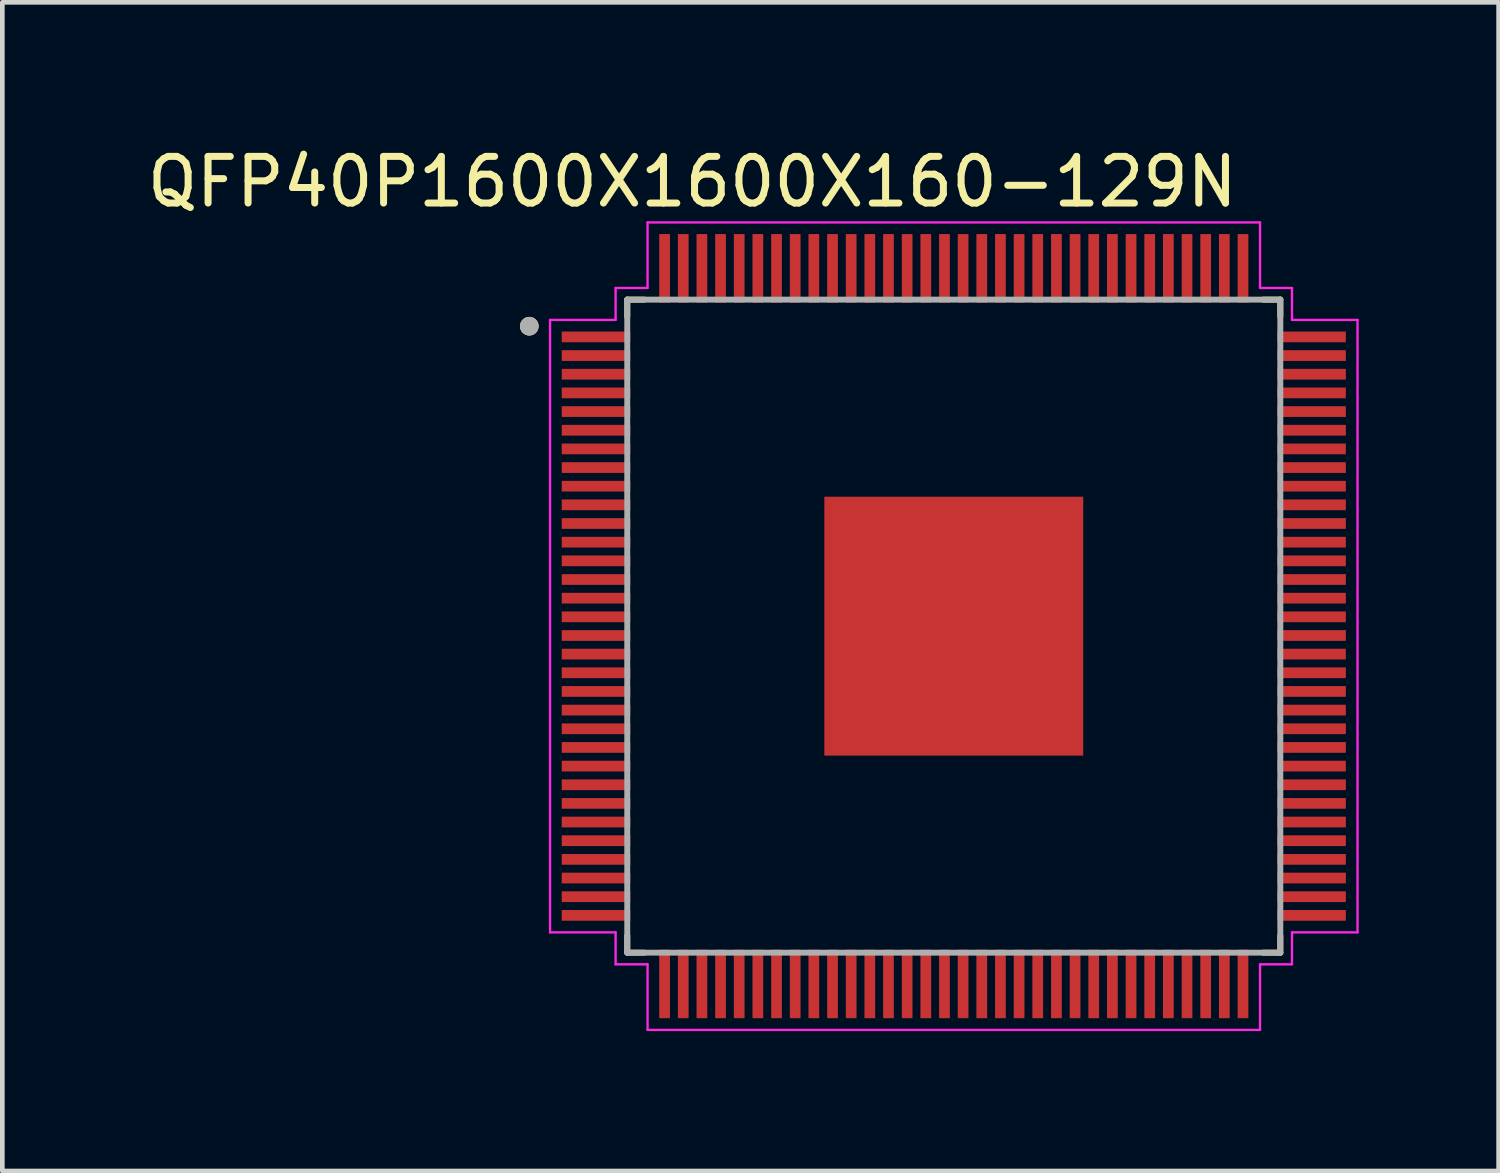
<source format=kicad_pcb>
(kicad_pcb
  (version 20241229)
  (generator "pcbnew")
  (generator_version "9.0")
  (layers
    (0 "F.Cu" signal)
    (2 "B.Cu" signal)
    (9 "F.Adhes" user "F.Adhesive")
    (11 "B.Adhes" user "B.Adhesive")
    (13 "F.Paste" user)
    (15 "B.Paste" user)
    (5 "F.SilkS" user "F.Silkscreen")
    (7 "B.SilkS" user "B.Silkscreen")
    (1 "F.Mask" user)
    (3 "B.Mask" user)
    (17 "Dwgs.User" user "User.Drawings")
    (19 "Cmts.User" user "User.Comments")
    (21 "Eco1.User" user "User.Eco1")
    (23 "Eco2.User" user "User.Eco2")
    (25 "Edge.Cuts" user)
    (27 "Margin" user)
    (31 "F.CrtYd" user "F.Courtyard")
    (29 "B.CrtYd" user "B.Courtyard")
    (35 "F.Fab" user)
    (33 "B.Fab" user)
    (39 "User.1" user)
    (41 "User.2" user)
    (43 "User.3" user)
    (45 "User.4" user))
  (footprint "QFP40P1600X1600X160-129N"
    (layer "F.Cu")
    (at 17.397 10.373)
    (property "Reference" "QFP40P1600X1600X160-129N" (at -5.605 -9.525 0) (layer "F.SilkS") (effects (font (size 1 1) (thickness 0.15))))
    (attr smd)
    (fp_line (start -7 -7) (end -7 -6.635) (stroke (width 0.127) (type solid)) (layer "F.SilkS"))
    (fp_line (start -7 -7) (end -6.635 -7) (stroke (width 0.127) (type solid)) (layer "F.SilkS"))
    (fp_line (start -7 7) (end -7 6.635) (stroke (width 0.127) (type solid)) (layer "F.SilkS"))
    (fp_line (start -7 7) (end -6.635 7) (stroke (width 0.127) (type solid)) (layer "F.SilkS"))
    (fp_line (start 7 -7) (end 6.635 -7) (stroke (width 0.127) (type solid)) (layer "F.SilkS"))
    (fp_line (start 7 -7) (end 7 -6.635) (stroke (width 0.127) (type solid)) (layer "F.SilkS"))
    (fp_line (start 7 7) (end 6.635 7) (stroke (width 0.127) (type solid)) (layer "F.SilkS"))
    (fp_line (start 7 7) (end 7 6.635) (stroke (width 0.127) (type solid)) (layer "F.SilkS"))
    (fp_circle (center -9.1 -6.43) (end -9 -6.43) (stroke (width 0.2) (type solid)) (fill no) (layer "F.SilkS"))
    (fp_poly (pts (xy -2.505 -2.505) (xy -1.195 -2.505) (xy -1.195 -1.195) (xy -2.505 -1.195)) (stroke (width 0.01) (type solid)) (fill yes) (layer "F.Paste"))
    (fp_poly (pts (xy -2.505 -0.655) (xy -1.195 -0.655) (xy -1.195 0.655) (xy -2.505 0.655)) (stroke (width 0.01) (type solid)) (fill yes) (layer "F.Paste"))
    (fp_poly (pts (xy -2.505 1.195) (xy -1.195 1.195) (xy -1.195 2.505) (xy -2.505 2.505)) (stroke (width 0.01) (type solid)) (fill yes) (layer "F.Paste"))
    (fp_poly (pts (xy -0.655 -2.505) (xy 0.655 -2.505) (xy 0.655 -1.195) (xy -0.655 -1.195)) (stroke (width 0.01) (type solid)) (fill yes) (layer "F.Paste"))
    (fp_poly (pts (xy -0.655 -0.655) (xy 0.655 -0.655) (xy 0.655 0.655) (xy -0.655 0.655)) (stroke (width 0.01) (type solid)) (fill yes) (layer "F.Paste"))
    (fp_poly (pts (xy -0.655 1.195) (xy 0.655 1.195) (xy 0.655 2.505) (xy -0.655 2.505)) (stroke (width 0.01) (type solid)) (fill yes) (layer "F.Paste"))
    (fp_poly (pts (xy 1.195 -2.505) (xy 2.505 -2.505) (xy 2.505 -1.195) (xy 1.195 -1.195)) (stroke (width 0.01) (type solid)) (fill yes) (layer "F.Paste"))
    (fp_poly (pts (xy 1.195 -0.655) (xy 2.505 -0.655) (xy 2.505 0.655) (xy 1.195 0.655)) (stroke (width 0.01) (type solid)) (fill yes) (layer "F.Paste"))
    (fp_poly (pts (xy 1.195 1.195) (xy 2.505 1.195) (xy 2.505 2.505) (xy 1.195 2.505)) (stroke (width 0.01) (type solid)) (fill yes) (layer "F.Paste"))
    (fp_line (start -8.655 -6.565) (end -7.25 -6.565) (stroke (width 0.05) (type solid)) (layer "F.CrtYd"))
    (fp_line (start -8.655 6.565) (end -8.655 -6.565) (stroke (width 0.05) (type solid)) (layer "F.CrtYd"))
    (fp_line (start -8.655 6.565) (end -7.25 6.565) (stroke (width 0.05) (type solid)) (layer "F.CrtYd"))
    (fp_line (start -7.25 -7.25) (end -7.25 -6.565) (stroke (width 0.05) (type solid)) (layer "F.CrtYd"))
    (fp_line (start -7.25 6.565) (end -7.25 7.25) (stroke (width 0.05) (type solid)) (layer "F.CrtYd"))
    (fp_line (start -6.565 -8.655) (end -6.565 -7.25) (stroke (width 0.05) (type solid)) (layer "F.CrtYd"))
    (fp_line (start -6.565 -8.655) (end 6.565 -8.655) (stroke (width 0.05) (type solid)) (layer "F.CrtYd"))
    (fp_line (start -6.565 -7.25) (end -7.25 -7.25) (stroke (width 0.05) (type solid)) (layer "F.CrtYd"))
    (fp_line (start -6.565 7.25) (end -7.25 7.25) (stroke (width 0.05) (type solid)) (layer "F.CrtYd"))
    (fp_line (start -6.565 8.655) (end -6.565 7.25) (stroke (width 0.05) (type solid)) (layer "F.CrtYd"))
    (fp_line (start 6.565 -8.655) (end 6.565 -7.25) (stroke (width 0.05) (type solid)) (layer "F.CrtYd"))
    (fp_line (start 6.565 -7.25) (end 7.25 -7.25) (stroke (width 0.05) (type solid)) (layer "F.CrtYd"))
    (fp_line (start 6.565 7.25) (end 7.25 7.25) (stroke (width 0.05) (type solid)) (layer "F.CrtYd"))
    (fp_line (start 6.565 8.655) (end -6.565 8.655) (stroke (width 0.05) (type solid)) (layer "F.CrtYd"))
    (fp_line (start 6.565 8.655) (end 6.565 7.25) (stroke (width 0.05) (type solid)) (layer "F.CrtYd"))
    (fp_line (start 7.25 -6.565) (end 7.25 -7.25) (stroke (width 0.05) (type solid)) (layer "F.CrtYd"))
    (fp_line (start 7.25 6.565) (end 7.25 7.25) (stroke (width 0.05) (type solid)) (layer "F.CrtYd"))
    (fp_line (start 8.655 -6.565) (end 7.25 -6.565) (stroke (width 0.05) (type solid)) (layer "F.CrtYd"))
    (fp_line (start 8.655 -6.565) (end 8.655 6.565) (stroke (width 0.05) (type solid)) (layer "F.CrtYd"))
    (fp_line (start 8.655 6.565) (end 7.25 6.565) (stroke (width 0.05) (type solid)) (layer "F.CrtYd"))
    (fp_line (start -7 7) (end -7 -7) (stroke (width 0.127) (type solid)) (layer "F.Fab"))
    (fp_line (start 7 -7) (end -7 -7) (stroke (width 0.127) (type solid)) (layer "F.Fab"))
    (fp_line (start 7 7) (end -7 7) (stroke (width 0.127) (type solid)) (layer "F.Fab"))
    (fp_line (start 7 7) (end 7 -7) (stroke (width 0.127) (type solid)) (layer "F.Fab"))
    (fp_circle (center -9.1 -6.43) (end -9 -6.43) (stroke (width 0.2) (type solid)) (fill no) (layer "F.Fab"))
    (pad "1" smd roundrect (at -7.67 -6.2) (size 1.47 0.23) (layers "F.Cu" "F.Mask" "F.Paste") (roundrect_rratio 0.03))
    (pad "2" smd roundrect (at -7.67 -5.8) (size 1.47 0.23) (layers "F.Cu" "F.Mask" "F.Paste") (roundrect_rratio 0.03))
    (pad "3" smd roundrect (at -7.67 -5.4) (size 1.47 0.23) (layers "F.Cu" "F.Mask" "F.Paste") (roundrect_rratio 0.03))
    (pad "4" smd roundrect (at -7.67 -5) (size 1.47 0.23) (layers "F.Cu" "F.Mask" "F.Paste") (roundrect_rratio 0.03))
    (pad "5" smd roundrect (at -7.67 -4.6) (size 1.47 0.23) (layers "F.Cu" "F.Mask" "F.Paste") (roundrect_rratio 0.03))
    (pad "6" smd roundrect (at -7.67 -4.2) (size 1.47 0.23) (layers "F.Cu" "F.Mask" "F.Paste") (roundrect_rratio 0.03))
    (pad "7" smd roundrect (at -7.67 -3.8) (size 1.47 0.23) (layers "F.Cu" "F.Mask" "F.Paste") (roundrect_rratio 0.03))
    (pad "8" smd roundrect (at -7.67 -3.4) (size 1.47 0.23) (layers "F.Cu" "F.Mask" "F.Paste") (roundrect_rratio 0.03))
    (pad "9" smd roundrect (at -7.67 -3) (size 1.47 0.23) (layers "F.Cu" "F.Mask" "F.Paste") (roundrect_rratio 0.03))
    (pad "10" smd roundrect (at -7.67 -2.6) (size 1.47 0.23) (layers "F.Cu" "F.Mask" "F.Paste") (roundrect_rratio 0.03))
    (pad "11" smd roundrect (at -7.67 -2.2) (size 1.47 0.23) (layers "F.Cu" "F.Mask" "F.Paste") (roundrect_rratio 0.03))
    (pad "12" smd roundrect (at -7.67 -1.8) (size 1.47 0.23) (layers "F.Cu" "F.Mask" "F.Paste") (roundrect_rratio 0.03))
    (pad "13" smd roundrect (at -7.67 -1.4) (size 1.47 0.23) (layers "F.Cu" "F.Mask" "F.Paste") (roundrect_rratio 0.03))
    (pad "14" smd roundrect (at -7.67 -1) (size 1.47 0.23) (layers "F.Cu" "F.Mask" "F.Paste") (roundrect_rratio 0.03))
    (pad "15" smd roundrect (at -7.67 -0.6) (size 1.47 0.23) (layers "F.Cu" "F.Mask" "F.Paste") (roundrect_rratio 0.03))
    (pad "16" smd roundrect (at -7.67 -0.2) (size 1.47 0.23) (layers "F.Cu" "F.Mask" "F.Paste") (roundrect_rratio 0.03))
    (pad "17" smd roundrect (at -7.67 0.2) (size 1.47 0.23) (layers "F.Cu" "F.Mask" "F.Paste") (roundrect_rratio 0.03))
    (pad "18" smd roundrect (at -7.67 0.6) (size 1.47 0.23) (layers "F.Cu" "F.Mask" "F.Paste") (roundrect_rratio 0.03))
    (pad "19" smd roundrect (at -7.67 1) (size 1.47 0.23) (layers "F.Cu" "F.Mask" "F.Paste") (roundrect_rratio 0.03))
    (pad "20" smd roundrect (at -7.67 1.4) (size 1.47 0.23) (layers "F.Cu" "F.Mask" "F.Paste") (roundrect_rratio 0.03))
    (pad "21" smd roundrect (at -7.67 1.8) (size 1.47 0.23) (layers "F.Cu" "F.Mask" "F.Paste") (roundrect_rratio 0.03))
    (pad "22" smd roundrect (at -7.67 2.2) (size 1.47 0.23) (layers "F.Cu" "F.Mask" "F.Paste") (roundrect_rratio 0.03))
    (pad "23" smd roundrect (at -7.67 2.6) (size 1.47 0.23) (layers "F.Cu" "F.Mask" "F.Paste") (roundrect_rratio 0.03))
    (pad "24" smd roundrect (at -7.67 3) (size 1.47 0.23) (layers "F.Cu" "F.Mask" "F.Paste") (roundrect_rratio 0.03))
    (pad "25" smd roundrect (at -7.67 3.4) (size 1.47 0.23) (layers "F.Cu" "F.Mask" "F.Paste") (roundrect_rratio 0.03))
    (pad "26" smd roundrect (at -7.67 3.8) (size 1.47 0.23) (layers "F.Cu" "F.Mask" "F.Paste") (roundrect_rratio 0.03))
    (pad "27" smd roundrect (at -7.67 4.2) (size 1.47 0.23) (layers "F.Cu" "F.Mask" "F.Paste") (roundrect_rratio 0.03))
    (pad "28" smd roundrect (at -7.67 4.6) (size 1.47 0.23) (layers "F.Cu" "F.Mask" "F.Paste") (roundrect_rratio 0.03))
    (pad "29" smd roundrect (at -7.67 5) (size 1.47 0.23) (layers "F.Cu" "F.Mask" "F.Paste") (roundrect_rratio 0.03))
    (pad "30" smd roundrect (at -7.67 5.4) (size 1.47 0.23) (layers "F.Cu" "F.Mask" "F.Paste") (roundrect_rratio 0.03))
    (pad "31" smd roundrect (at -7.67 5.8) (size 1.47 0.23) (layers "F.Cu" "F.Mask" "F.Paste") (roundrect_rratio 0.03))
    (pad "32" smd roundrect (at -7.67 6.2) (size 1.47 0.23) (layers "F.Cu" "F.Mask" "F.Paste") (roundrect_rratio 0.03))
    (pad "33" smd roundrect (at -6.2 7.67 90) (size 1.47 0.23) (layers "F.Cu" "F.Mask" "F.Paste") (roundrect_rratio 0.03))
    (pad "34" smd roundrect (at -5.8 7.67 90) (size 1.47 0.23) (layers "F.Cu" "F.Mask" "F.Paste") (roundrect_rratio 0.03))
    (pad "35" smd roundrect (at -5.4 7.67 90) (size 1.47 0.23) (layers "F.Cu" "F.Mask" "F.Paste") (roundrect_rratio 0.03))
    (pad "36" smd roundrect (at -5 7.67 90) (size 1.47 0.23) (layers "F.Cu" "F.Mask" "F.Paste") (roundrect_rratio 0.03))
    (pad "37" smd roundrect (at -4.6 7.67 90) (size 1.47 0.23) (layers "F.Cu" "F.Mask" "F.Paste") (roundrect_rratio 0.03))
    (pad "38" smd roundrect (at -4.2 7.67 90) (size 1.47 0.23) (layers "F.Cu" "F.Mask" "F.Paste") (roundrect_rratio 0.03))
    (pad "39" smd roundrect (at -3.8 7.67 90) (size 1.47 0.23) (layers "F.Cu" "F.Mask" "F.Paste") (roundrect_rratio 0.03))
    (pad "40" smd roundrect (at -3.4 7.67 90) (size 1.47 0.23) (layers "F.Cu" "F.Mask" "F.Paste") (roundrect_rratio 0.03))
    (pad "41" smd roundrect (at -3 7.67 90) (size 1.47 0.23) (layers "F.Cu" "F.Mask" "F.Paste") (roundrect_rratio 0.03))
    (pad "42" smd roundrect (at -2.6 7.67 90) (size 1.47 0.23) (layers "F.Cu" "F.Mask" "F.Paste") (roundrect_rratio 0.03))
    (pad "43" smd roundrect (at -2.2 7.67 90) (size 1.47 0.23) (layers "F.Cu" "F.Mask" "F.Paste") (roundrect_rratio 0.03))
    (pad "44" smd roundrect (at -1.8 7.67 90) (size 1.47 0.23) (layers "F.Cu" "F.Mask" "F.Paste") (roundrect_rratio 0.03))
    (pad "45" smd roundrect (at -1.4 7.67 90) (size 1.47 0.23) (layers "F.Cu" "F.Mask" "F.Paste") (roundrect_rratio 0.03))
    (pad "46" smd roundrect (at -1 7.67 90) (size 1.47 0.23) (layers "F.Cu" "F.Mask" "F.Paste") (roundrect_rratio 0.03))
    (pad "47" smd roundrect (at -0.6 7.67 90) (size 1.47 0.23) (layers "F.Cu" "F.Mask" "F.Paste") (roundrect_rratio 0.03))
    (pad "48" smd roundrect (at -0.2 7.67 90) (size 1.47 0.23) (layers "F.Cu" "F.Mask" "F.Paste") (roundrect_rratio 0.03))
    (pad "49" smd roundrect (at 0.2 7.67 90) (size 1.47 0.23) (layers "F.Cu" "F.Mask" "F.Paste") (roundrect_rratio 0.03))
    (pad "50" smd roundrect (at 0.6 7.67 90) (size 1.47 0.23) (layers "F.Cu" "F.Mask" "F.Paste") (roundrect_rratio 0.03))
    (pad "51" smd roundrect (at 1 7.67 90) (size 1.47 0.23) (layers "F.Cu" "F.Mask" "F.Paste") (roundrect_rratio 0.03))
    (pad "52" smd roundrect (at 1.4 7.67 90) (size 1.47 0.23) (layers "F.Cu" "F.Mask" "F.Paste") (roundrect_rratio 0.03))
    (pad "53" smd roundrect (at 1.8 7.67 90) (size 1.47 0.23) (layers "F.Cu" "F.Mask" "F.Paste") (roundrect_rratio 0.03))
    (pad "54" smd roundrect (at 2.2 7.67 90) (size 1.47 0.23) (layers "F.Cu" "F.Mask" "F.Paste") (roundrect_rratio 0.03))
    (pad "55" smd roundrect (at 2.6 7.67 90) (size 1.47 0.23) (layers "F.Cu" "F.Mask" "F.Paste") (roundrect_rratio 0.03))
    (pad "56" smd roundrect (at 3 7.67 90) (size 1.47 0.23) (layers "F.Cu" "F.Mask" "F.Paste") (roundrect_rratio 0.03))
    (pad "57" smd roundrect (at 3.4 7.67 90) (size 1.47 0.23) (layers "F.Cu" "F.Mask" "F.Paste") (roundrect_rratio 0.03))
    (pad "58" smd roundrect (at 3.8 7.67 90) (size 1.47 0.23) (layers "F.Cu" "F.Mask" "F.Paste") (roundrect_rratio 0.03))
    (pad "59" smd roundrect (at 4.2 7.67 90) (size 1.47 0.23) (layers "F.Cu" "F.Mask" "F.Paste") (roundrect_rratio 0.03))
    (pad "60" smd roundrect (at 4.6 7.67 90) (size 1.47 0.23) (layers "F.Cu" "F.Mask" "F.Paste") (roundrect_rratio 0.03))
    (pad "61" smd roundrect (at 5 7.67 90) (size 1.47 0.23) (layers "F.Cu" "F.Mask" "F.Paste") (roundrect_rratio 0.03))
    (pad "62" smd roundrect (at 5.4 7.67 90) (size 1.47 0.23) (layers "F.Cu" "F.Mask" "F.Paste") (roundrect_rratio 0.03))
    (pad "63" smd roundrect (at 5.8 7.67 90) (size 1.47 0.23) (layers "F.Cu" "F.Mask" "F.Paste") (roundrect_rratio 0.03))
    (pad "64" smd roundrect (at 6.2 7.67 90) (size 1.47 0.23) (layers "F.Cu" "F.Mask" "F.Paste") (roundrect_rratio 0.03))
    (pad "65" smd roundrect (at 7.67 6.2) (size 1.47 0.23) (layers "F.Cu" "F.Mask" "F.Paste") (roundrect_rratio 0.03))
    (pad "66" smd roundrect (at 7.67 5.8) (size 1.47 0.23) (layers "F.Cu" "F.Mask" "F.Paste") (roundrect_rratio 0.03))
    (pad "67" smd roundrect (at 7.67 5.4) (size 1.47 0.23) (layers "F.Cu" "F.Mask" "F.Paste") (roundrect_rratio 0.03))
    (pad "68" smd roundrect (at 7.67 5) (size 1.47 0.23) (layers "F.Cu" "F.Mask" "F.Paste") (roundrect_rratio 0.03))
    (pad "69" smd roundrect (at 7.67 4.6) (size 1.47 0.23) (layers "F.Cu" "F.Mask" "F.Paste") (roundrect_rratio 0.03))
    (pad "70" smd roundrect (at 7.67 4.2) (size 1.47 0.23) (layers "F.Cu" "F.Mask" "F.Paste") (roundrect_rratio 0.03))
    (pad "71" smd roundrect (at 7.67 3.8) (size 1.47 0.23) (layers "F.Cu" "F.Mask" "F.Paste") (roundrect_rratio 0.03))
    (pad "72" smd roundrect (at 7.67 3.4) (size 1.47 0.23) (layers "F.Cu" "F.Mask" "F.Paste") (roundrect_rratio 0.03))
    (pad "73" smd roundrect (at 7.67 3) (size 1.47 0.23) (layers "F.Cu" "F.Mask" "F.Paste") (roundrect_rratio 0.03))
    (pad "74" smd roundrect (at 7.67 2.6) (size 1.47 0.23) (layers "F.Cu" "F.Mask" "F.Paste") (roundrect_rratio 0.03))
    (pad "75" smd roundrect (at 7.67 2.2) (size 1.47 0.23) (layers "F.Cu" "F.Mask" "F.Paste") (roundrect_rratio 0.03))
    (pad "76" smd roundrect (at 7.67 1.8) (size 1.47 0.23) (layers "F.Cu" "F.Mask" "F.Paste") (roundrect_rratio 0.03))
    (pad "77" smd roundrect (at 7.67 1.4) (size 1.47 0.23) (layers "F.Cu" "F.Mask" "F.Paste") (roundrect_rratio 0.03))
    (pad "78" smd roundrect (at 7.67 1) (size 1.47 0.23) (layers "F.Cu" "F.Mask" "F.Paste") (roundrect_rratio 0.03))
    (pad "79" smd roundrect (at 7.67 0.6) (size 1.47 0.23) (layers "F.Cu" "F.Mask" "F.Paste") (roundrect_rratio 0.03))
    (pad "80" smd roundrect (at 7.67 0.2) (size 1.47 0.23) (layers "F.Cu" "F.Mask" "F.Paste") (roundrect_rratio 0.03))
    (pad "81" smd roundrect (at 7.67 -0.2) (size 1.47 0.23) (layers "F.Cu" "F.Mask" "F.Paste") (roundrect_rratio 0.03))
    (pad "82" smd roundrect (at 7.67 -0.6) (size 1.47 0.23) (layers "F.Cu" "F.Mask" "F.Paste") (roundrect_rratio 0.03))
    (pad "83" smd roundrect (at 7.67 -1) (size 1.47 0.23) (layers "F.Cu" "F.Mask" "F.Paste") (roundrect_rratio 0.03))
    (pad "84" smd roundrect (at 7.67 -1.4) (size 1.47 0.23) (layers "F.Cu" "F.Mask" "F.Paste") (roundrect_rratio 0.03))
    (pad "85" smd roundrect (at 7.67 -1.8) (size 1.47 0.23) (layers "F.Cu" "F.Mask" "F.Paste") (roundrect_rratio 0.03))
    (pad "86" smd roundrect (at 7.67 -2.2) (size 1.47 0.23) (layers "F.Cu" "F.Mask" "F.Paste") (roundrect_rratio 0.03))
    (pad "87" smd roundrect (at 7.67 -2.6) (size 1.47 0.23) (layers "F.Cu" "F.Mask" "F.Paste") (roundrect_rratio 0.03))
    (pad "88" smd roundrect (at 7.67 -3) (size 1.47 0.23) (layers "F.Cu" "F.Mask" "F.Paste") (roundrect_rratio 0.03))
    (pad "89" smd roundrect (at 7.67 -3.4) (size 1.47 0.23) (layers "F.Cu" "F.Mask" "F.Paste") (roundrect_rratio 0.03))
    (pad "90" smd roundrect (at 7.67 -3.8) (size 1.47 0.23) (layers "F.Cu" "F.Mask" "F.Paste") (roundrect_rratio 0.03))
    (pad "91" smd roundrect (at 7.67 -4.2) (size 1.47 0.23) (layers "F.Cu" "F.Mask" "F.Paste") (roundrect_rratio 0.03))
    (pad "92" smd roundrect (at 7.67 -4.6) (size 1.47 0.23) (layers "F.Cu" "F.Mask" "F.Paste") (roundrect_rratio 0.03))
    (pad "93" smd roundrect (at 7.67 -5) (size 1.47 0.23) (layers "F.Cu" "F.Mask" "F.Paste") (roundrect_rratio 0.03))
    (pad "94" smd roundrect (at 7.67 -5.4) (size 1.47 0.23) (layers "F.Cu" "F.Mask" "F.Paste") (roundrect_rratio 0.03))
    (pad "95" smd roundrect (at 7.67 -5.8) (size 1.47 0.23) (layers "F.Cu" "F.Mask" "F.Paste") (roundrect_rratio 0.03))
    (pad "96" smd roundrect (at 7.67 -6.2) (size 1.47 0.23) (layers "F.Cu" "F.Mask" "F.Paste") (roundrect_rratio 0.03))
    (pad "97" smd roundrect (at 6.2 -7.67 90) (size 1.47 0.23) (layers "F.Cu" "F.Mask" "F.Paste") (roundrect_rratio 0.03))
    (pad "98" smd roundrect (at 5.8 -7.67 90) (size 1.47 0.23) (layers "F.Cu" "F.Mask" "F.Paste") (roundrect_rratio 0.03))
    (pad "99" smd roundrect (at 5.4 -7.67 90) (size 1.47 0.23) (layers "F.Cu" "F.Mask" "F.Paste") (roundrect_rratio 0.03))
    (pad "100" smd roundrect (at 5 -7.67 90) (size 1.47 0.23) (layers "F.Cu" "F.Mask" "F.Paste") (roundrect_rratio 0.03))
    (pad "101" smd roundrect (at 4.6 -7.67 90) (size 1.47 0.23) (layers "F.Cu" "F.Mask" "F.Paste") (roundrect_rratio 0.03))
    (pad "102" smd roundrect (at 4.2 -7.67 90) (size 1.47 0.23) (layers "F.Cu" "F.Mask" "F.Paste") (roundrect_rratio 0.03))
    (pad "103" smd roundrect (at 3.8 -7.67 90) (size 1.47 0.23) (layers "F.Cu" "F.Mask" "F.Paste") (roundrect_rratio 0.03))
    (pad "104" smd roundrect (at 3.4 -7.67 90) (size 1.47 0.23) (layers "F.Cu" "F.Mask" "F.Paste") (roundrect_rratio 0.03))
    (pad "105" smd roundrect (at 3 -7.67 90) (size 1.47 0.23) (layers "F.Cu" "F.Mask" "F.Paste") (roundrect_rratio 0.03))
    (pad "106" smd roundrect (at 2.6 -7.67 90) (size 1.47 0.23) (layers "F.Cu" "F.Mask" "F.Paste") (roundrect_rratio 0.03))
    (pad "107" smd roundrect (at 2.2 -7.67 90) (size 1.47 0.23) (layers "F.Cu" "F.Mask" "F.Paste") (roundrect_rratio 0.03))
    (pad "108" smd roundrect (at 1.8 -7.67 90) (size 1.47 0.23) (layers "F.Cu" "F.Mask" "F.Paste") (roundrect_rratio 0.03))
    (pad "109" smd roundrect (at 1.4 -7.67 90) (size 1.47 0.23) (layers "F.Cu" "F.Mask" "F.Paste") (roundrect_rratio 0.03))
    (pad "110" smd roundrect (at 1 -7.67 90) (size 1.47 0.23) (layers "F.Cu" "F.Mask" "F.Paste") (roundrect_rratio 0.03))
    (pad "111" smd roundrect (at 0.6 -7.67 90) (size 1.47 0.23) (layers "F.Cu" "F.Mask" "F.Paste") (roundrect_rratio 0.03))
    (pad "112" smd roundrect (at 0.2 -7.67 90) (size 1.47 0.23) (layers "F.Cu" "F.Mask" "F.Paste") (roundrect_rratio 0.03))
    (pad "113" smd roundrect (at -0.2 -7.67 90) (size 1.47 0.23) (layers "F.Cu" "F.Mask" "F.Paste") (roundrect_rratio 0.03))
    (pad "114" smd roundrect (at -0.6 -7.67 90) (size 1.47 0.23) (layers "F.Cu" "F.Mask" "F.Paste") (roundrect_rratio 0.03))
    (pad "115" smd roundrect (at -1 -7.67 90) (size 1.47 0.23) (layers "F.Cu" "F.Mask" "F.Paste") (roundrect_rratio 0.03))
    (pad "116" smd roundrect (at -1.4 -7.67 90) (size 1.47 0.23) (layers "F.Cu" "F.Mask" "F.Paste") (roundrect_rratio 0.03))
    (pad "117" smd roundrect (at -1.8 -7.67 90) (size 1.47 0.23) (layers "F.Cu" "F.Mask" "F.Paste") (roundrect_rratio 0.03))
    (pad "118" smd roundrect (at -2.2 -7.67 90) (size 1.47 0.23) (layers "F.Cu" "F.Mask" "F.Paste") (roundrect_rratio 0.03))
    (pad "119" smd roundrect (at -2.6 -7.67 90) (size 1.47 0.23) (layers "F.Cu" "F.Mask" "F.Paste") (roundrect_rratio 0.03))
    (pad "120" smd roundrect (at -3 -7.67 90) (size 1.47 0.23) (layers "F.Cu" "F.Mask" "F.Paste") (roundrect_rratio 0.03))
    (pad "121" smd roundrect (at -3.4 -7.67 90) (size 1.47 0.23) (layers "F.Cu" "F.Mask" "F.Paste") (roundrect_rratio 0.03))
    (pad "122" smd roundrect (at -3.8 -7.67 90) (size 1.47 0.23) (layers "F.Cu" "F.Mask" "F.Paste") (roundrect_rratio 0.03))
    (pad "123" smd roundrect (at -4.2 -7.67 90) (size 1.47 0.23) (layers "F.Cu" "F.Mask" "F.Paste") (roundrect_rratio 0.03))
    (pad "124" smd roundrect (at -4.6 -7.67 90) (size 1.47 0.23) (layers "F.Cu" "F.Mask" "F.Paste") (roundrect_rratio 0.03))
    (pad "125" smd roundrect (at -5 -7.67 90) (size 1.47 0.23) (layers "F.Cu" "F.Mask" "F.Paste") (roundrect_rratio 0.03))
    (pad "126" smd roundrect (at -5.4 -7.67 90) (size 1.47 0.23) (layers "F.Cu" "F.Mask" "F.Paste") (roundrect_rratio 0.03))
    (pad "127" smd roundrect (at -5.8 -7.67 90) (size 1.47 0.23) (layers "F.Cu" "F.Mask" "F.Paste") (roundrect_rratio 0.03))
    (pad "128" smd roundrect (at -6.2 -7.67 90) (size 1.47 0.23) (layers "F.Cu" "F.Mask" "F.Paste") (roundrect_rratio 0.03))
    (pad "129" smd rect (at 0 0) (size 5.55 5.55) (layers "F.Cu" "F.Mask")))
  (gr_rect
    (start -3 -3)
    (end 29.077 22.053)
    (stroke (width 0.1) (type default))
    (fill no)
    (layer "Edge.Cuts")))
</source>
